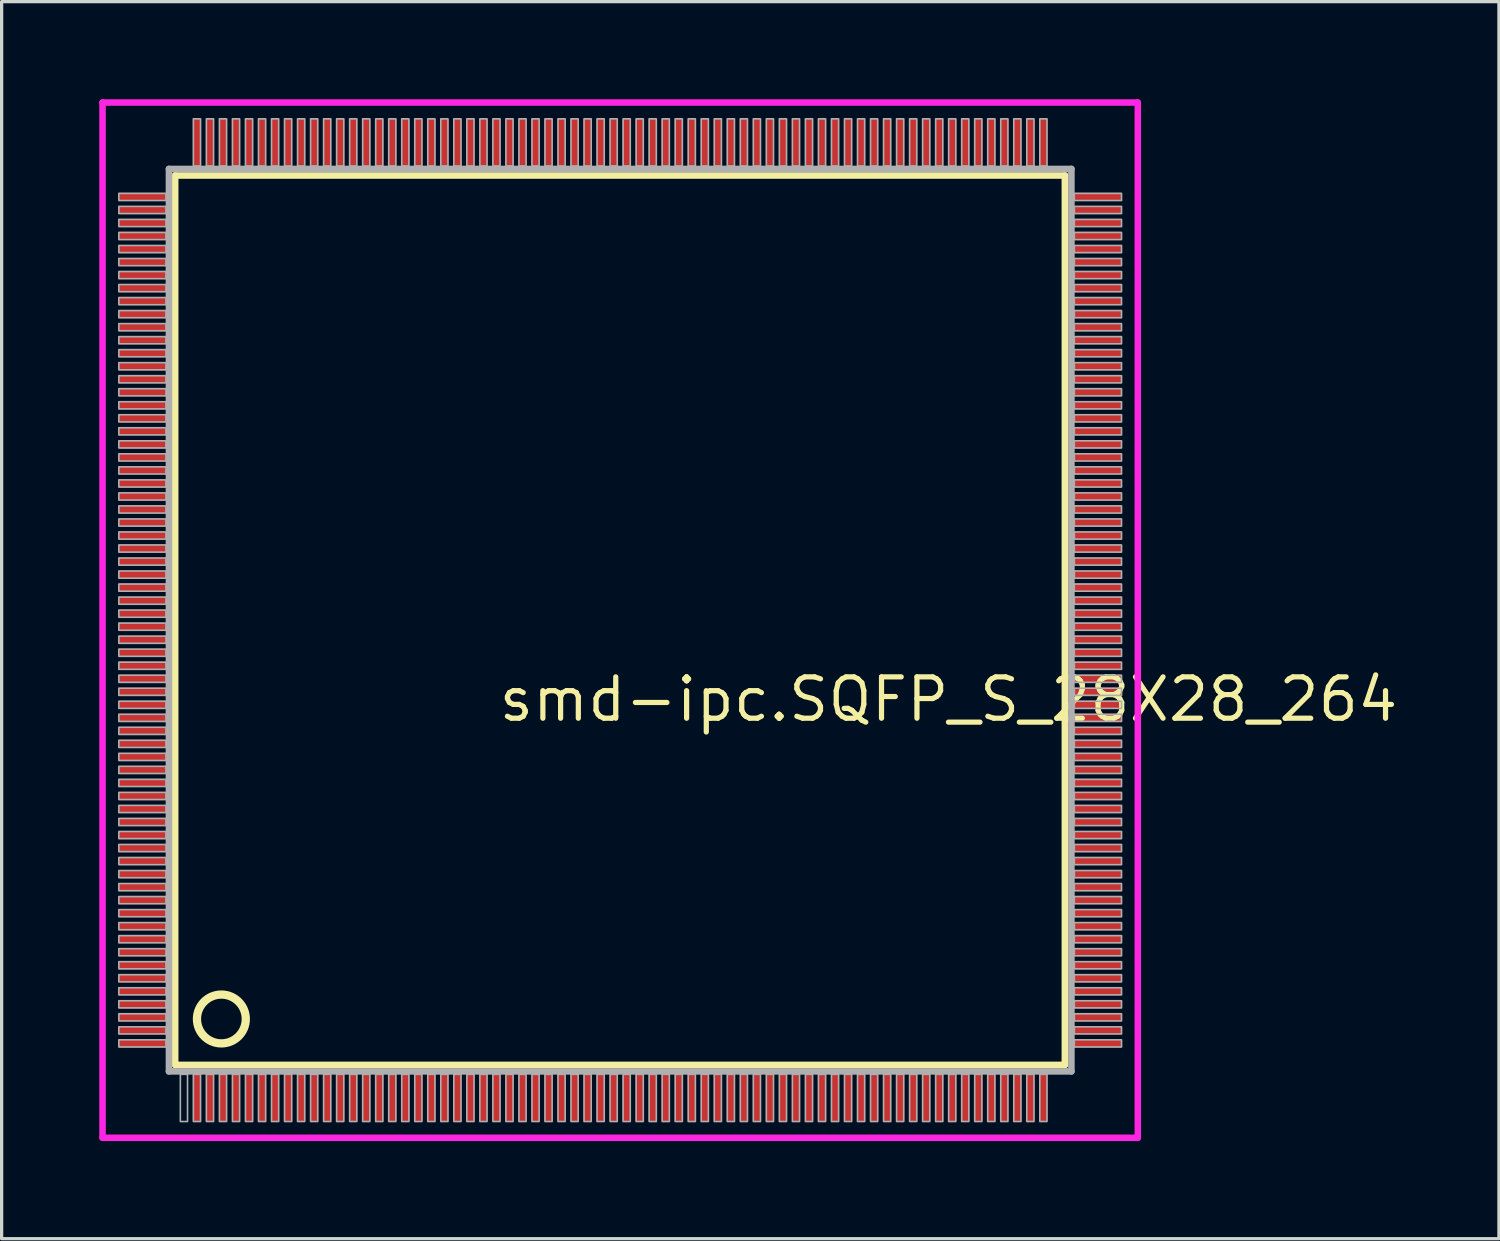
<source format=kicad_pcb>
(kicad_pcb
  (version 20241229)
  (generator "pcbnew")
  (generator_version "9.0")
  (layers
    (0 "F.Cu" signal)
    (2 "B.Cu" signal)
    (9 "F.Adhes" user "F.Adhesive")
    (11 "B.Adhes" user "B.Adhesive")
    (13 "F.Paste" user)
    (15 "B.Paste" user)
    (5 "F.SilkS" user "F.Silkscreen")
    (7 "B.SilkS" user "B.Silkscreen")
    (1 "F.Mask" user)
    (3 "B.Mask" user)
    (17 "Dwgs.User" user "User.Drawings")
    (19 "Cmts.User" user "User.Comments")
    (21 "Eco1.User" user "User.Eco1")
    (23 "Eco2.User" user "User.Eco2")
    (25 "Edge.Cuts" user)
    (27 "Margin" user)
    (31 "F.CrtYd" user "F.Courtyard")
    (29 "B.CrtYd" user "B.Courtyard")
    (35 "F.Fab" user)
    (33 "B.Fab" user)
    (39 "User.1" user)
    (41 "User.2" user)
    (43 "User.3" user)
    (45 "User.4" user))
  (footprint "smd-ipc.SQFP_S_28X28_264"
    (layer "F.Cu")
    (at 16 16)
    (property "Reference" "smd-ipc.SQFP_S_28X28_264" (at -3.81 3.175 0) (layer "F.SilkS") (effects (font (size 1.27 1.27) (thickness 0.16)) (justify left bottom)))
    (attr smd)
    (fp_line (start -13.67 -13.66) (end 13.66 -13.66) (stroke (width 0.203) (type default)) (layer "F.SilkS"))
    (fp_line (start -13.67 13.66) (end -13.67 -13.66) (stroke (width 0.203) (type default)) (layer "F.SilkS"))
    (fp_line (start 13.66 -13.66) (end 13.66 13.66) (stroke (width 0.203) (type default)) (layer "F.SilkS"))
    (fp_line (start 13.66 13.66) (end -13.67 13.66) (stroke (width 0.203) (type default)) (layer "F.SilkS"))
    (fp_circle (center -12.25 12.25) (end -11.5 12.25) (stroke (width 0.254) (type default)) (fill no) (layer "F.SilkS"))
    (fp_line (start -15.9 -15.9) (end 15.9 -15.9) (stroke (width 0.2) (type default)) (layer "F.CrtYd"))
    (fp_line (start -15.9 15.9) (end -15.9 -15.9) (stroke (width 0.2) (type default)) (layer "F.CrtYd"))
    (fp_line (start 15.9 -15.9) (end 15.9 15.9) (stroke (width 0.2) (type default)) (layer "F.CrtYd"))
    (fp_line (start 15.9 15.9) (end -15.9 15.9) (stroke (width 0.2) (type default)) (layer "F.CrtYd"))
    (fp_line (start -13.86 -13.86) (end -13.86 13.86) (stroke (width 0.203) (type default)) (layer "F.Fab"))
    (fp_line (start -13.86 13.86) (end 13.86 13.86) (stroke (width 0.203) (type default)) (layer "F.Fab"))
    (fp_line (start 13.86 -13.86) (end -13.86 -13.86) (stroke (width 0.203) (type default)) (layer "F.Fab"))
    (fp_line (start 13.86 13.86) (end 13.86 -13.86) (stroke (width 0.203) (type default)) (layer "F.Fab"))
    (fp_rect (start -15.4 -12.89) (end -13.95 -13.11) (stroke (width 0.05) (type default)) (fill no) (layer "F.Fab"))
    (fp_rect (start -15.4 -12.49) (end -13.95 -12.71) (stroke (width 0.05) (type default)) (fill no) (layer "F.Fab"))
    (fp_rect (start -15.4 -12.09) (end -13.95 -12.31) (stroke (width 0.05) (type default)) (fill no) (layer "F.Fab"))
    (fp_rect (start -15.4 -11.69) (end -13.95 -11.91) (stroke (width 0.05) (type default)) (fill no) (layer "F.Fab"))
    (fp_rect (start -15.4 -11.29) (end -13.95 -11.51) (stroke (width 0.05) (type default)) (fill no) (layer "F.Fab"))
    (fp_rect (start -15.4 -10.89) (end -13.95 -11.11) (stroke (width 0.05) (type default)) (fill no) (layer "F.Fab"))
    (fp_rect (start -15.4 -10.49) (end -13.95 -10.71) (stroke (width 0.05) (type default)) (fill no) (layer "F.Fab"))
    (fp_rect (start -15.4 -10.09) (end -13.95 -10.31) (stroke (width 0.05) (type default)) (fill no) (layer "F.Fab"))
    (fp_rect (start -15.4 -9.69) (end -13.95 -9.91) (stroke (width 0.05) (type default)) (fill no) (layer "F.Fab"))
    (fp_rect (start -15.4 -9.29) (end -13.95 -9.51) (stroke (width 0.05) (type default)) (fill no) (layer "F.Fab"))
    (fp_rect (start -15.4 -8.89) (end -13.95 -9.11) (stroke (width 0.05) (type default)) (fill no) (layer "F.Fab"))
    (fp_rect (start -15.4 -8.49) (end -13.95 -8.71) (stroke (width 0.05) (type default)) (fill no) (layer "F.Fab"))
    (fp_rect (start -15.4 -8.09) (end -13.95 -8.31) (stroke (width 0.05) (type default)) (fill no) (layer "F.Fab"))
    (fp_rect (start -15.4 -7.69) (end -13.95 -7.91) (stroke (width 0.05) (type default)) (fill no) (layer "F.Fab"))
    (fp_rect (start -15.4 -7.29) (end -13.95 -7.51) (stroke (width 0.05) (type default)) (fill no) (layer "F.Fab"))
    (fp_rect (start -15.4 -6.89) (end -13.95 -7.11) (stroke (width 0.05) (type default)) (fill no) (layer "F.Fab"))
    (fp_rect (start -15.4 -6.49) (end -13.95 -6.71) (stroke (width 0.05) (type default)) (fill no) (layer "F.Fab"))
    (fp_rect (start -15.4 -6.09) (end -13.95 -6.31) (stroke (width 0.05) (type default)) (fill no) (layer "F.Fab"))
    (fp_rect (start -15.4 -5.69) (end -13.95 -5.91) (stroke (width 0.05) (type default)) (fill no) (layer "F.Fab"))
    (fp_rect (start -15.4 -5.29) (end -13.95 -5.51) (stroke (width 0.05) (type default)) (fill no) (layer "F.Fab"))
    (fp_rect (start -15.4 -4.89) (end -13.95 -5.11) (stroke (width 0.05) (type default)) (fill no) (layer "F.Fab"))
    (fp_rect (start -15.4 -4.49) (end -13.95 -4.71) (stroke (width 0.05) (type default)) (fill no) (layer "F.Fab"))
    (fp_rect (start -15.4 -4.09) (end -13.95 -4.31) (stroke (width 0.05) (type default)) (fill no) (layer "F.Fab"))
    (fp_rect (start -15.4 -3.69) (end -13.95 -3.91) (stroke (width 0.05) (type default)) (fill no) (layer "F.Fab"))
    (fp_rect (start -15.4 -3.29) (end -13.95 -3.51) (stroke (width 0.05) (type default)) (fill no) (layer "F.Fab"))
    (fp_rect (start -15.4 -2.89) (end -13.95 -3.11) (stroke (width 0.05) (type default)) (fill no) (layer "F.Fab"))
    (fp_rect (start -15.4 -2.49) (end -13.95 -2.71) (stroke (width 0.05) (type default)) (fill no) (layer "F.Fab"))
    (fp_rect (start -15.4 -2.09) (end -13.95 -2.31) (stroke (width 0.05) (type default)) (fill no) (layer "F.Fab"))
    (fp_rect (start -15.4 -1.69) (end -13.95 -1.91) (stroke (width 0.05) (type default)) (fill no) (layer "F.Fab"))
    (fp_rect (start -15.4 -1.29) (end -13.95 -1.51) (stroke (width 0.05) (type default)) (fill no) (layer "F.Fab"))
    (fp_rect (start -15.4 -0.89) (end -13.95 -1.11) (stroke (width 0.05) (type default)) (fill no) (layer "F.Fab"))
    (fp_rect (start -15.4 -0.49) (end -13.95 -0.71) (stroke (width 0.05) (type default)) (fill no) (layer "F.Fab"))
    (fp_rect (start -15.4 -0.09) (end -13.95 -0.31) (stroke (width 0.05) (type default)) (fill no) (layer "F.Fab"))
    (fp_rect (start -15.4 0.31) (end -13.95 0.09) (stroke (width 0.05) (type default)) (fill no) (layer "F.Fab"))
    (fp_rect (start -15.4 0.71) (end -13.95 0.49) (stroke (width 0.05) (type default)) (fill no) (layer "F.Fab"))
    (fp_rect (start -15.4 1.11) (end -13.95 0.89) (stroke (width 0.05) (type default)) (fill no) (layer "F.Fab"))
    (fp_rect (start -15.4 1.51) (end -13.95 1.29) (stroke (width 0.05) (type default)) (fill no) (layer "F.Fab"))
    (fp_rect (start -15.4 1.91) (end -13.95 1.69) (stroke (width 0.05) (type default)) (fill no) (layer "F.Fab"))
    (fp_rect (start -15.4 2.31) (end -13.95 2.09) (stroke (width 0.05) (type default)) (fill no) (layer "F.Fab"))
    (fp_rect (start -15.4 2.71) (end -13.95 2.49) (stroke (width 0.05) (type default)) (fill no) (layer "F.Fab"))
    (fp_rect (start -15.4 3.11) (end -13.95 2.89) (stroke (width 0.05) (type default)) (fill no) (layer "F.Fab"))
    (fp_rect (start -15.4 3.51) (end -13.95 3.29) (stroke (width 0.05) (type default)) (fill no) (layer "F.Fab"))
    (fp_rect (start -15.4 3.91) (end -13.95 3.69) (stroke (width 0.05) (type default)) (fill no) (layer "F.Fab"))
    (fp_rect (start -15.4 4.31) (end -13.95 4.09) (stroke (width 0.05) (type default)) (fill no) (layer "F.Fab"))
    (fp_rect (start -15.4 4.71) (end -13.95 4.49) (stroke (width 0.05) (type default)) (fill no) (layer "F.Fab"))
    (fp_rect (start -15.4 5.11) (end -13.95 4.89) (stroke (width 0.05) (type default)) (fill no) (layer "F.Fab"))
    (fp_rect (start -15.4 5.51) (end -13.95 5.29) (stroke (width 0.05) (type default)) (fill no) (layer "F.Fab"))
    (fp_rect (start -15.4 5.91) (end -13.95 5.69) (stroke (width 0.05) (type default)) (fill no) (layer "F.Fab"))
    (fp_rect (start -15.4 6.31) (end -13.95 6.09) (stroke (width 0.05) (type default)) (fill no) (layer "F.Fab"))
    (fp_rect (start -15.4 6.71) (end -13.95 6.49) (stroke (width 0.05) (type default)) (fill no) (layer "F.Fab"))
    (fp_rect (start -15.4 7.11) (end -13.95 6.89) (stroke (width 0.05) (type default)) (fill no) (layer "F.Fab"))
    (fp_rect (start -15.4 7.51) (end -13.95 7.29) (stroke (width 0.05) (type default)) (fill no) (layer "F.Fab"))
    (fp_rect (start -15.4 7.91) (end -13.95 7.69) (stroke (width 0.05) (type default)) (fill no) (layer "F.Fab"))
    (fp_rect (start -15.4 8.31) (end -13.95 8.09) (stroke (width 0.05) (type default)) (fill no) (layer "F.Fab"))
    (fp_rect (start -15.4 8.71) (end -13.95 8.49) (stroke (width 0.05) (type default)) (fill no) (layer "F.Fab"))
    (fp_rect (start -15.4 9.11) (end -13.95 8.89) (stroke (width 0.05) (type default)) (fill no) (layer "F.Fab"))
    (fp_rect (start -15.4 9.51) (end -13.95 9.29) (stroke (width 0.05) (type default)) (fill no) (layer "F.Fab"))
    (fp_rect (start -15.4 9.91) (end -13.95 9.69) (stroke (width 0.05) (type default)) (fill no) (layer "F.Fab"))
    (fp_rect (start -15.4 10.31) (end -13.95 10.09) (stroke (width 0.05) (type default)) (fill no) (layer "F.Fab"))
    (fp_rect (start -15.4 10.71) (end -13.95 10.49) (stroke (width 0.05) (type default)) (fill no) (layer "F.Fab"))
    (fp_rect (start -15.4 11.11) (end -13.95 10.89) (stroke (width 0.05) (type default)) (fill no) (layer "F.Fab"))
    (fp_rect (start -15.4 11.51) (end -13.95 11.29) (stroke (width 0.05) (type default)) (fill no) (layer "F.Fab"))
    (fp_rect (start -15.4 11.91) (end -13.95 11.69) (stroke (width 0.05) (type default)) (fill no) (layer "F.Fab"))
    (fp_rect (start -15.4 12.31) (end -13.95 12.09) (stroke (width 0.05) (type default)) (fill no) (layer "F.Fab"))
    (fp_rect (start -15.4 12.71) (end -13.95 12.49) (stroke (width 0.05) (type default)) (fill no) (layer "F.Fab"))
    (fp_rect (start -15.4 13.11) (end -13.95 12.89) (stroke (width 0.05) (type default)) (fill no) (layer "F.Fab"))
    (fp_rect (start -13.51 15.4) (end -13.29 13.95) (stroke (width 0.05) (type default)) (fill no) (layer "F.Fab"))
    (fp_rect (start -13.11 -13.95) (end -12.89 -15.4) (stroke (width 0.05) (type default)) (fill no) (layer "F.Fab"))
    (fp_rect (start -13.11 15.4) (end -12.89 13.95) (stroke (width 0.05) (type default)) (fill no) (layer "F.Fab"))
    (fp_rect (start -12.71 -13.95) (end -12.49 -15.4) (stroke (width 0.05) (type default)) (fill no) (layer "F.Fab"))
    (fp_rect (start -12.71 15.4) (end -12.49 13.95) (stroke (width 0.05) (type default)) (fill no) (layer "F.Fab"))
    (fp_rect (start -12.31 -13.95) (end -12.09 -15.4) (stroke (width 0.05) (type default)) (fill no) (layer "F.Fab"))
    (fp_rect (start -12.31 15.4) (end -12.09 13.95) (stroke (width 0.05) (type default)) (fill no) (layer "F.Fab"))
    (fp_rect (start -11.91 -13.95) (end -11.69 -15.4) (stroke (width 0.05) (type default)) (fill no) (layer "F.Fab"))
    (fp_rect (start -11.91 15.4) (end -11.69 13.95) (stroke (width 0.05) (type default)) (fill no) (layer "F.Fab"))
    (fp_rect (start -11.51 -13.95) (end -11.29 -15.4) (stroke (width 0.05) (type default)) (fill no) (layer "F.Fab"))
    (fp_rect (start -11.51 15.4) (end -11.29 13.95) (stroke (width 0.05) (type default)) (fill no) (layer "F.Fab"))
    (fp_rect (start -11.11 -13.95) (end -10.89 -15.4) (stroke (width 0.05) (type default)) (fill no) (layer "F.Fab"))
    (fp_rect (start -11.11 15.4) (end -10.89 13.95) (stroke (width 0.05) (type default)) (fill no) (layer "F.Fab"))
    (fp_rect (start -10.71 -13.95) (end -10.49 -15.4) (stroke (width 0.05) (type default)) (fill no) (layer "F.Fab"))
    (fp_rect (start -10.71 15.4) (end -10.49 13.95) (stroke (width 0.05) (type default)) (fill no) (layer "F.Fab"))
    (fp_rect (start -10.31 -13.95) (end -10.09 -15.4) (stroke (width 0.05) (type default)) (fill no) (layer "F.Fab"))
    (fp_rect (start -10.31 15.4) (end -10.09 13.95) (stroke (width 0.05) (type default)) (fill no) (layer "F.Fab"))
    (fp_rect (start -9.91 -13.95) (end -9.69 -15.4) (stroke (width 0.05) (type default)) (fill no) (layer "F.Fab"))
    (fp_rect (start -9.91 15.4) (end -9.69 13.95) (stroke (width 0.05) (type default)) (fill no) (layer "F.Fab"))
    (fp_rect (start -9.51 -13.95) (end -9.29 -15.4) (stroke (width 0.05) (type default)) (fill no) (layer "F.Fab"))
    (fp_rect (start -9.51 15.4) (end -9.29 13.95) (stroke (width 0.05) (type default)) (fill no) (layer "F.Fab"))
    (fp_rect (start -9.11 -13.95) (end -8.89 -15.4) (stroke (width 0.05) (type default)) (fill no) (layer "F.Fab"))
    (fp_rect (start -9.11 15.4) (end -8.89 13.95) (stroke (width 0.05) (type default)) (fill no) (layer "F.Fab"))
    (fp_rect (start -8.71 -13.95) (end -8.49 -15.4) (stroke (width 0.05) (type default)) (fill no) (layer "F.Fab"))
    (fp_rect (start -8.71 15.4) (end -8.49 13.95) (stroke (width 0.05) (type default)) (fill no) (layer "F.Fab"))
    (fp_rect (start -8.31 -13.95) (end -8.09 -15.4) (stroke (width 0.05) (type default)) (fill no) (layer "F.Fab"))
    (fp_rect (start -8.31 15.4) (end -8.09 13.95) (stroke (width 0.05) (type default)) (fill no) (layer "F.Fab"))
    (fp_rect (start -7.91 -13.95) (end -7.69 -15.4) (stroke (width 0.05) (type default)) (fill no) (layer "F.Fab"))
    (fp_rect (start -7.91 15.4) (end -7.69 13.95) (stroke (width 0.05) (type default)) (fill no) (layer "F.Fab"))
    (fp_rect (start -7.51 -13.95) (end -7.29 -15.4) (stroke (width 0.05) (type default)) (fill no) (layer "F.Fab"))
    (fp_rect (start -7.51 15.4) (end -7.29 13.95) (stroke (width 0.05) (type default)) (fill no) (layer "F.Fab"))
    (fp_rect (start -7.11 -13.95) (end -6.89 -15.4) (stroke (width 0.05) (type default)) (fill no) (layer "F.Fab"))
    (fp_rect (start -7.11 15.4) (end -6.89 13.95) (stroke (width 0.05) (type default)) (fill no) (layer "F.Fab"))
    (fp_rect (start -6.71 -13.95) (end -6.49 -15.4) (stroke (width 0.05) (type default)) (fill no) (layer "F.Fab"))
    (fp_rect (start -6.71 15.4) (end -6.49 13.95) (stroke (width 0.05) (type default)) (fill no) (layer "F.Fab"))
    (fp_rect (start -6.31 -13.95) (end -6.09 -15.4) (stroke (width 0.05) (type default)) (fill no) (layer "F.Fab"))
    (fp_rect (start -6.31 15.4) (end -6.09 13.95) (stroke (width 0.05) (type default)) (fill no) (layer "F.Fab"))
    (fp_rect (start -5.91 -13.95) (end -5.69 -15.4) (stroke (width 0.05) (type default)) (fill no) (layer "F.Fab"))
    (fp_rect (start -5.91 15.4) (end -5.69 13.95) (stroke (width 0.05) (type default)) (fill no) (layer "F.Fab"))
    (fp_rect (start -5.51 -13.95) (end -5.29 -15.4) (stroke (width 0.05) (type default)) (fill no) (layer "F.Fab"))
    (fp_rect (start -5.51 15.4) (end -5.29 13.95) (stroke (width 0.05) (type default)) (fill no) (layer "F.Fab"))
    (fp_rect (start -5.11 -13.95) (end -4.89 -15.4) (stroke (width 0.05) (type default)) (fill no) (layer "F.Fab"))
    (fp_rect (start -5.11 15.4) (end -4.89 13.95) (stroke (width 0.05) (type default)) (fill no) (layer "F.Fab"))
    (fp_rect (start -4.71 -13.95) (end -4.49 -15.4) (stroke (width 0.05) (type default)) (fill no) (layer "F.Fab"))
    (fp_rect (start -4.71 15.4) (end -4.49 13.95) (stroke (width 0.05) (type default)) (fill no) (layer "F.Fab"))
    (fp_rect (start -4.31 -13.95) (end -4.09 -15.4) (stroke (width 0.05) (type default)) (fill no) (layer "F.Fab"))
    (fp_rect (start -4.31 15.4) (end -4.09 13.95) (stroke (width 0.05) (type default)) (fill no) (layer "F.Fab"))
    (fp_rect (start -3.91 -13.95) (end -3.69 -15.4) (stroke (width 0.05) (type default)) (fill no) (layer "F.Fab"))
    (fp_rect (start -3.91 15.4) (end -3.69 13.95) (stroke (width 0.05) (type default)) (fill no) (layer "F.Fab"))
    (fp_rect (start -3.51 -13.95) (end -3.29 -15.4) (stroke (width 0.05) (type default)) (fill no) (layer "F.Fab"))
    (fp_rect (start -3.51 15.4) (end -3.29 13.95) (stroke (width 0.05) (type default)) (fill no) (layer "F.Fab"))
    (fp_rect (start -3.11 -13.95) (end -2.89 -15.4) (stroke (width 0.05) (type default)) (fill no) (layer "F.Fab"))
    (fp_rect (start -3.11 15.4) (end -2.89 13.95) (stroke (width 0.05) (type default)) (fill no) (layer "F.Fab"))
    (fp_rect (start -2.71 -13.95) (end -2.49 -15.4) (stroke (width 0.05) (type default)) (fill no) (layer "F.Fab"))
    (fp_rect (start -2.71 15.4) (end -2.49 13.95) (stroke (width 0.05) (type default)) (fill no) (layer "F.Fab"))
    (fp_rect (start -2.31 -13.95) (end -2.09 -15.4) (stroke (width 0.05) (type default)) (fill no) (layer "F.Fab"))
    (fp_rect (start -2.31 15.4) (end -2.09 13.95) (stroke (width 0.05) (type default)) (fill no) (layer "F.Fab"))
    (fp_rect (start -1.91 -13.95) (end -1.69 -15.4) (stroke (width 0.05) (type default)) (fill no) (layer "F.Fab"))
    (fp_rect (start -1.91 15.4) (end -1.69 13.95) (stroke (width 0.05) (type default)) (fill no) (layer "F.Fab"))
    (fp_rect (start -1.51 -13.95) (end -1.29 -15.4) (stroke (width 0.05) (type default)) (fill no) (layer "F.Fab"))
    (fp_rect (start -1.51 15.4) (end -1.29 13.95) (stroke (width 0.05) (type default)) (fill no) (layer "F.Fab"))
    (fp_rect (start -1.11 -13.95) (end -0.89 -15.4) (stroke (width 0.05) (type default)) (fill no) (layer "F.Fab"))
    (fp_rect (start -1.11 15.4) (end -0.89 13.95) (stroke (width 0.05) (type default)) (fill no) (layer "F.Fab"))
    (fp_rect (start -0.71 -13.95) (end -0.49 -15.4) (stroke (width 0.05) (type default)) (fill no) (layer "F.Fab"))
    (fp_rect (start -0.71 15.4) (end -0.49 13.95) (stroke (width 0.05) (type default)) (fill no) (layer "F.Fab"))
    (fp_rect (start -0.31 -13.95) (end -0.09 -15.4) (stroke (width 0.05) (type default)) (fill no) (layer "F.Fab"))
    (fp_rect (start -0.31 15.4) (end -0.09 13.95) (stroke (width 0.05) (type default)) (fill no) (layer "F.Fab"))
    (fp_rect (start 0.09 -13.95) (end 0.31 -15.4) (stroke (width 0.05) (type default)) (fill no) (layer "F.Fab"))
    (fp_rect (start 0.09 15.4) (end 0.31 13.95) (stroke (width 0.05) (type default)) (fill no) (layer "F.Fab"))
    (fp_rect (start 0.49 -13.95) (end 0.71 -15.4) (stroke (width 0.05) (type default)) (fill no) (layer "F.Fab"))
    (fp_rect (start 0.49 15.4) (end 0.71 13.95) (stroke (width 0.05) (type default)) (fill no) (layer "F.Fab"))
    (fp_rect (start 0.89 -13.95) (end 1.11 -15.4) (stroke (width 0.05) (type default)) (fill no) (layer "F.Fab"))
    (fp_rect (start 0.89 15.4) (end 1.11 13.95) (stroke (width 0.05) (type default)) (fill no) (layer "F.Fab"))
    (fp_rect (start 1.29 -13.95) (end 1.51 -15.4) (stroke (width 0.05) (type default)) (fill no) (layer "F.Fab"))
    (fp_rect (start 1.29 15.4) (end 1.51 13.95) (stroke (width 0.05) (type default)) (fill no) (layer "F.Fab"))
    (fp_rect (start 1.69 -13.95) (end 1.91 -15.4) (stroke (width 0.05) (type default)) (fill no) (layer "F.Fab"))
    (fp_rect (start 1.69 15.4) (end 1.91 13.95) (stroke (width 0.05) (type default)) (fill no) (layer "F.Fab"))
    (fp_rect (start 2.09 -13.95) (end 2.31 -15.4) (stroke (width 0.05) (type default)) (fill no) (layer "F.Fab"))
    (fp_rect (start 2.09 15.4) (end 2.31 13.95) (stroke (width 0.05) (type default)) (fill no) (layer "F.Fab"))
    (fp_rect (start 2.49 -13.95) (end 2.71 -15.4) (stroke (width 0.05) (type default)) (fill no) (layer "F.Fab"))
    (fp_rect (start 2.49 15.4) (end 2.71 13.95) (stroke (width 0.05) (type default)) (fill no) (layer "F.Fab"))
    (fp_rect (start 2.89 -13.95) (end 3.11 -15.4) (stroke (width 0.05) (type default)) (fill no) (layer "F.Fab"))
    (fp_rect (start 2.89 15.4) (end 3.11 13.95) (stroke (width 0.05) (type default)) (fill no) (layer "F.Fab"))
    (fp_rect (start 3.29 -13.95) (end 3.51 -15.4) (stroke (width 0.05) (type default)) (fill no) (layer "F.Fab"))
    (fp_rect (start 3.29 15.4) (end 3.51 13.95) (stroke (width 0.05) (type default)) (fill no) (layer "F.Fab"))
    (fp_rect (start 3.69 -13.95) (end 3.91 -15.4) (stroke (width 0.05) (type default)) (fill no) (layer "F.Fab"))
    (fp_rect (start 3.69 15.4) (end 3.91 13.95) (stroke (width 0.05) (type default)) (fill no) (layer "F.Fab"))
    (fp_rect (start 4.09 -13.95) (end 4.31 -15.4) (stroke (width 0.05) (type default)) (fill no) (layer "F.Fab"))
    (fp_rect (start 4.09 15.4) (end 4.31 13.95) (stroke (width 0.05) (type default)) (fill no) (layer "F.Fab"))
    (fp_rect (start 4.49 -13.95) (end 4.71 -15.4) (stroke (width 0.05) (type default)) (fill no) (layer "F.Fab"))
    (fp_rect (start 4.49 15.4) (end 4.71 13.95) (stroke (width 0.05) (type default)) (fill no) (layer "F.Fab"))
    (fp_rect (start 4.89 -13.95) (end 5.11 -15.4) (stroke (width 0.05) (type default)) (fill no) (layer "F.Fab"))
    (fp_rect (start 4.89 15.4) (end 5.11 13.95) (stroke (width 0.05) (type default)) (fill no) (layer "F.Fab"))
    (fp_rect (start 5.29 -13.95) (end 5.51 -15.4) (stroke (width 0.05) (type default)) (fill no) (layer "F.Fab"))
    (fp_rect (start 5.29 15.4) (end 5.51 13.95) (stroke (width 0.05) (type default)) (fill no) (layer "F.Fab"))
    (fp_rect (start 5.69 -13.95) (end 5.91 -15.4) (stroke (width 0.05) (type default)) (fill no) (layer "F.Fab"))
    (fp_rect (start 5.69 15.4) (end 5.91 13.95) (stroke (width 0.05) (type default)) (fill no) (layer "F.Fab"))
    (fp_rect (start 6.09 -13.95) (end 6.31 -15.4) (stroke (width 0.05) (type default)) (fill no) (layer "F.Fab"))
    (fp_rect (start 6.09 15.4) (end 6.31 13.95) (stroke (width 0.05) (type default)) (fill no) (layer "F.Fab"))
    (fp_rect (start 6.49 -13.95) (end 6.71 -15.4) (stroke (width 0.05) (type default)) (fill no) (layer "F.Fab"))
    (fp_rect (start 6.49 15.4) (end 6.71 13.95) (stroke (width 0.05) (type default)) (fill no) (layer "F.Fab"))
    (fp_rect (start 6.89 -13.95) (end 7.11 -15.4) (stroke (width 0.05) (type default)) (fill no) (layer "F.Fab"))
    (fp_rect (start 6.89 15.4) (end 7.11 13.95) (stroke (width 0.05) (type default)) (fill no) (layer "F.Fab"))
    (fp_rect (start 7.29 -13.95) (end 7.51 -15.4) (stroke (width 0.05) (type default)) (fill no) (layer "F.Fab"))
    (fp_rect (start 7.29 15.4) (end 7.51 13.95) (stroke (width 0.05) (type default)) (fill no) (layer "F.Fab"))
    (fp_rect (start 7.69 -13.95) (end 7.91 -15.4) (stroke (width 0.05) (type default)) (fill no) (layer "F.Fab"))
    (fp_rect (start 7.69 15.4) (end 7.91 13.95) (stroke (width 0.05) (type default)) (fill no) (layer "F.Fab"))
    (fp_rect (start 8.09 -13.95) (end 8.31 -15.4) (stroke (width 0.05) (type default)) (fill no) (layer "F.Fab"))
    (fp_rect (start 8.09 15.4) (end 8.31 13.95) (stroke (width 0.05) (type default)) (fill no) (layer "F.Fab"))
    (fp_rect (start 8.49 -13.95) (end 8.71 -15.4) (stroke (width 0.05) (type default)) (fill no) (layer "F.Fab"))
    (fp_rect (start 8.49 15.4) (end 8.71 13.95) (stroke (width 0.05) (type default)) (fill no) (layer "F.Fab"))
    (fp_rect (start 8.89 -13.95) (end 9.11 -15.4) (stroke (width 0.05) (type default)) (fill no) (layer "F.Fab"))
    (fp_rect (start 8.89 15.4) (end 9.11 13.95) (stroke (width 0.05) (type default)) (fill no) (layer "F.Fab"))
    (fp_rect (start 9.29 -13.95) (end 9.51 -15.4) (stroke (width 0.05) (type default)) (fill no) (layer "F.Fab"))
    (fp_rect (start 9.29 15.4) (end 9.51 13.95) (stroke (width 0.05) (type default)) (fill no) (layer "F.Fab"))
    (fp_rect (start 9.69 -13.95) (end 9.91 -15.4) (stroke (width 0.05) (type default)) (fill no) (layer "F.Fab"))
    (fp_rect (start 9.69 15.4) (end 9.91 13.95) (stroke (width 0.05) (type default)) (fill no) (layer "F.Fab"))
    (fp_rect (start 10.09 -13.95) (end 10.31 -15.4) (stroke (width 0.05) (type default)) (fill no) (layer "F.Fab"))
    (fp_rect (start 10.09 15.4) (end 10.31 13.95) (stroke (width 0.05) (type default)) (fill no) (layer "F.Fab"))
    (fp_rect (start 10.49 -13.95) (end 10.71 -15.4) (stroke (width 0.05) (type default)) (fill no) (layer "F.Fab"))
    (fp_rect (start 10.49 15.4) (end 10.71 13.95) (stroke (width 0.05) (type default)) (fill no) (layer "F.Fab"))
    (fp_rect (start 10.89 -13.95) (end 11.11 -15.4) (stroke (width 0.05) (type default)) (fill no) (layer "F.Fab"))
    (fp_rect (start 10.89 15.4) (end 11.11 13.95) (stroke (width 0.05) (type default)) (fill no) (layer "F.Fab"))
    (fp_rect (start 11.29 -13.95) (end 11.51 -15.4) (stroke (width 0.05) (type default)) (fill no) (layer "F.Fab"))
    (fp_rect (start 11.29 15.4) (end 11.51 13.95) (stroke (width 0.05) (type default)) (fill no) (layer "F.Fab"))
    (fp_rect (start 11.69 -13.95) (end 11.91 -15.4) (stroke (width 0.05) (type default)) (fill no) (layer "F.Fab"))
    (fp_rect (start 11.69 15.4) (end 11.91 13.95) (stroke (width 0.05) (type default)) (fill no) (layer "F.Fab"))
    (fp_rect (start 12.09 -13.95) (end 12.31 -15.4) (stroke (width 0.05) (type default)) (fill no) (layer "F.Fab"))
    (fp_rect (start 12.09 15.4) (end 12.31 13.95) (stroke (width 0.05) (type default)) (fill no) (layer "F.Fab"))
    (fp_rect (start 12.49 -13.95) (end 12.71 -15.4) (stroke (width 0.05) (type default)) (fill no) (layer "F.Fab"))
    (fp_rect (start 12.49 15.4) (end 12.71 13.95) (stroke (width 0.05) (type default)) (fill no) (layer "F.Fab"))
    (fp_rect (start 12.89 -13.95) (end 13.11 -15.4) (stroke (width 0.05) (type default)) (fill no) (layer "F.Fab"))
    (fp_rect (start 12.89 15.4) (end 13.11 13.95) (stroke (width 0.05) (type default)) (fill no) (layer "F.Fab"))
    (fp_rect (start 13.95 -12.89) (end 15.4 -13.11) (stroke (width 0.05) (type default)) (fill no) (layer "F.Fab"))
    (fp_rect (start 13.95 -12.49) (end 15.4 -12.71) (stroke (width 0.05) (type default)) (fill no) (layer "F.Fab"))
    (fp_rect (start 13.95 -12.09) (end 15.4 -12.31) (stroke (width 0.05) (type default)) (fill no) (layer "F.Fab"))
    (fp_rect (start 13.95 -11.69) (end 15.4 -11.91) (stroke (width 0.05) (type default)) (fill no) (layer "F.Fab"))
    (fp_rect (start 13.95 -11.29) (end 15.4 -11.51) (stroke (width 0.05) (type default)) (fill no) (layer "F.Fab"))
    (fp_rect (start 13.95 -10.89) (end 15.4 -11.11) (stroke (width 0.05) (type default)) (fill no) (layer "F.Fab"))
    (fp_rect (start 13.95 -10.49) (end 15.4 -10.71) (stroke (width 0.05) (type default)) (fill no) (layer "F.Fab"))
    (fp_rect (start 13.95 -10.09) (end 15.4 -10.31) (stroke (width 0.05) (type default)) (fill no) (layer "F.Fab"))
    (fp_rect (start 13.95 -9.69) (end 15.4 -9.91) (stroke (width 0.05) (type default)) (fill no) (layer "F.Fab"))
    (fp_rect (start 13.95 -9.29) (end 15.4 -9.51) (stroke (width 0.05) (type default)) (fill no) (layer "F.Fab"))
    (fp_rect (start 13.95 -8.89) (end 15.4 -9.11) (stroke (width 0.05) (type default)) (fill no) (layer "F.Fab"))
    (fp_rect (start 13.95 -8.49) (end 15.4 -8.71) (stroke (width 0.05) (type default)) (fill no) (layer "F.Fab"))
    (fp_rect (start 13.95 -8.09) (end 15.4 -8.31) (stroke (width 0.05) (type default)) (fill no) (layer "F.Fab"))
    (fp_rect (start 13.95 -7.69) (end 15.4 -7.91) (stroke (width 0.05) (type default)) (fill no) (layer "F.Fab"))
    (fp_rect (start 13.95 -7.29) (end 15.4 -7.51) (stroke (width 0.05) (type default)) (fill no) (layer "F.Fab"))
    (fp_rect (start 13.95 -6.89) (end 15.4 -7.11) (stroke (width 0.05) (type default)) (fill no) (layer "F.Fab"))
    (fp_rect (start 13.95 -6.49) (end 15.4 -6.71) (stroke (width 0.05) (type default)) (fill no) (layer "F.Fab"))
    (fp_rect (start 13.95 -6.09) (end 15.4 -6.31) (stroke (width 0.05) (type default)) (fill no) (layer "F.Fab"))
    (fp_rect (start 13.95 -5.69) (end 15.4 -5.91) (stroke (width 0.05) (type default)) (fill no) (layer "F.Fab"))
    (fp_rect (start 13.95 -5.29) (end 15.4 -5.51) (stroke (width 0.05) (type default)) (fill no) (layer "F.Fab"))
    (fp_rect (start 13.95 -4.89) (end 15.4 -5.11) (stroke (width 0.05) (type default)) (fill no) (layer "F.Fab"))
    (fp_rect (start 13.95 -4.49) (end 15.4 -4.71) (stroke (width 0.05) (type default)) (fill no) (layer "F.Fab"))
    (fp_rect (start 13.95 -4.09) (end 15.4 -4.31) (stroke (width 0.05) (type default)) (fill no) (layer "F.Fab"))
    (fp_rect (start 13.95 -3.69) (end 15.4 -3.91) (stroke (width 0.05) (type default)) (fill no) (layer "F.Fab"))
    (fp_rect (start 13.95 -3.29) (end 15.4 -3.51) (stroke (width 0.05) (type default)) (fill no) (layer "F.Fab"))
    (fp_rect (start 13.95 -2.89) (end 15.4 -3.11) (stroke (width 0.05) (type default)) (fill no) (layer "F.Fab"))
    (fp_rect (start 13.95 -2.49) (end 15.4 -2.71) (stroke (width 0.05) (type default)) (fill no) (layer "F.Fab"))
    (fp_rect (start 13.95 -2.09) (end 15.4 -2.31) (stroke (width 0.05) (type default)) (fill no) (layer "F.Fab"))
    (fp_rect (start 13.95 -1.69) (end 15.4 -1.91) (stroke (width 0.05) (type default)) (fill no) (layer "F.Fab"))
    (fp_rect (start 13.95 -1.29) (end 15.4 -1.51) (stroke (width 0.05) (type default)) (fill no) (layer "F.Fab"))
    (fp_rect (start 13.95 -0.89) (end 15.4 -1.11) (stroke (width 0.05) (type default)) (fill no) (layer "F.Fab"))
    (fp_rect (start 13.95 -0.49) (end 15.4 -0.71) (stroke (width 0.05) (type default)) (fill no) (layer "F.Fab"))
    (fp_rect (start 13.95 -0.09) (end 15.4 -0.31) (stroke (width 0.05) (type default)) (fill no) (layer "F.Fab"))
    (fp_rect (start 13.95 0.31) (end 15.4 0.09) (stroke (width 0.05) (type default)) (fill no) (layer "F.Fab"))
    (fp_rect (start 13.95 0.71) (end 15.4 0.49) (stroke (width 0.05) (type default)) (fill no) (layer "F.Fab"))
    (fp_rect (start 13.95 1.11) (end 15.4 0.89) (stroke (width 0.05) (type default)) (fill no) (layer "F.Fab"))
    (fp_rect (start 13.95 1.51) (end 15.4 1.29) (stroke (width 0.05) (type default)) (fill no) (layer "F.Fab"))
    (fp_rect (start 13.95 1.91) (end 15.4 1.69) (stroke (width 0.05) (type default)) (fill no) (layer "F.Fab"))
    (fp_rect (start 13.95 2.31) (end 15.4 2.09) (stroke (width 0.05) (type default)) (fill no) (layer "F.Fab"))
    (fp_rect (start 13.95 2.71) (end 15.4 2.49) (stroke (width 0.05) (type default)) (fill no) (layer "F.Fab"))
    (fp_rect (start 13.95 3.11) (end 15.4 2.89) (stroke (width 0.05) (type default)) (fill no) (layer "F.Fab"))
    (fp_rect (start 13.95 3.51) (end 15.4 3.29) (stroke (width 0.05) (type default)) (fill no) (layer "F.Fab"))
    (fp_rect (start 13.95 3.91) (end 15.4 3.69) (stroke (width 0.05) (type default)) (fill no) (layer "F.Fab"))
    (fp_rect (start 13.95 4.31) (end 15.4 4.09) (stroke (width 0.05) (type default)) (fill no) (layer "F.Fab"))
    (fp_rect (start 13.95 4.71) (end 15.4 4.49) (stroke (width 0.05) (type default)) (fill no) (layer "F.Fab"))
    (fp_rect (start 13.95 5.11) (end 15.4 4.89) (stroke (width 0.05) (type default)) (fill no) (layer "F.Fab"))
    (fp_rect (start 13.95 5.51) (end 15.4 5.29) (stroke (width 0.05) (type default)) (fill no) (layer "F.Fab"))
    (fp_rect (start 13.95 5.91) (end 15.4 5.69) (stroke (width 0.05) (type default)) (fill no) (layer "F.Fab"))
    (fp_rect (start 13.95 6.31) (end 15.4 6.09) (stroke (width 0.05) (type default)) (fill no) (layer "F.Fab"))
    (fp_rect (start 13.95 6.71) (end 15.4 6.49) (stroke (width 0.05) (type default)) (fill no) (layer "F.Fab"))
    (fp_rect (start 13.95 7.11) (end 15.4 6.89) (stroke (width 0.05) (type default)) (fill no) (layer "F.Fab"))
    (fp_rect (start 13.95 7.51) (end 15.4 7.29) (stroke (width 0.05) (type default)) (fill no) (layer "F.Fab"))
    (fp_rect (start 13.95 7.91) (end 15.4 7.69) (stroke (width 0.05) (type default)) (fill no) (layer "F.Fab"))
    (fp_rect (start 13.95 8.31) (end 15.4 8.09) (stroke (width 0.05) (type default)) (fill no) (layer "F.Fab"))
    (fp_rect (start 13.95 8.71) (end 15.4 8.49) (stroke (width 0.05) (type default)) (fill no) (layer "F.Fab"))
    (fp_rect (start 13.95 9.11) (end 15.4 8.89) (stroke (width 0.05) (type default)) (fill no) (layer "F.Fab"))
    (fp_rect (start 13.95 9.51) (end 15.4 9.29) (stroke (width 0.05) (type default)) (fill no) (layer "F.Fab"))
    (fp_rect (start 13.95 9.91) (end 15.4 9.69) (stroke (width 0.05) (type default)) (fill no) (layer "F.Fab"))
    (fp_rect (start 13.95 10.31) (end 15.4 10.09) (stroke (width 0.05) (type default)) (fill no) (layer "F.Fab"))
    (fp_rect (start 13.95 10.71) (end 15.4 10.49) (stroke (width 0.05) (type default)) (fill no) (layer "F.Fab"))
    (fp_rect (start 13.95 11.11) (end 15.4 10.89) (stroke (width 0.05) (type default)) (fill no) (layer "F.Fab"))
    (fp_rect (start 13.95 11.51) (end 15.4 11.29) (stroke (width 0.05) (type default)) (fill no) (layer "F.Fab"))
    (fp_rect (start 13.95 11.91) (end 15.4 11.69) (stroke (width 0.05) (type default)) (fill no) (layer "F.Fab"))
    (fp_rect (start 13.95 12.31) (end 15.4 12.09) (stroke (width 0.05) (type default)) (fill no) (layer "F.Fab"))
    (fp_rect (start 13.95 12.71) (end 15.4 12.49) (stroke (width 0.05) (type default)) (fill no) (layer "F.Fab"))
    (fp_rect (start 13.95 13.11) (end 15.4 12.89) (stroke (width 0.05) (type default)) (fill no) (layer "F.Fab"))
    (pad "1" smd roundrect (at -13 14.6) (size 0.25 1.6) (layers "F.Cu" "F.Mask" "F.Paste") (roundrect_rratio 0.01))
    (pad "2" smd roundrect (at -12.6 14.6) (size 0.25 1.6) (layers "F.Cu" "F.Mask" "F.Paste") (roundrect_rratio 0.01))
    (pad "3" smd roundrect (at -12.2 14.6) (size 0.25 1.6) (layers "F.Cu" "F.Mask" "F.Paste") (roundrect_rratio 0.01))
    (pad "4" smd roundrect (at -11.8 14.6) (size 0.25 1.6) (layers "F.Cu" "F.Mask" "F.Paste") (roundrect_rratio 0.01))
    (pad "5" smd roundrect (at -11.4 14.6) (size 0.25 1.6) (layers "F.Cu" "F.Mask" "F.Paste") (roundrect_rratio 0.01))
    (pad "6" smd roundrect (at -11 14.6) (size 0.25 1.6) (layers "F.Cu" "F.Mask" "F.Paste") (roundrect_rratio 0.01))
    (pad "7" smd roundrect (at -10.6 14.6) (size 0.25 1.6) (layers "F.Cu" "F.Mask" "F.Paste") (roundrect_rratio 0.01))
    (pad "8" smd roundrect (at -10.2 14.6) (size 0.25 1.6) (layers "F.Cu" "F.Mask" "F.Paste") (roundrect_rratio 0.01))
    (pad "9" smd roundrect (at -9.8 14.6) (size 0.25 1.6) (layers "F.Cu" "F.Mask" "F.Paste") (roundrect_rratio 0.01))
    (pad "10" smd roundrect (at -9.4 14.6) (size 0.25 1.6) (layers "F.Cu" "F.Mask" "F.Paste") (roundrect_rratio 0.01))
    (pad "11" smd roundrect (at -9 14.6) (size 0.25 1.6) (layers "F.Cu" "F.Mask" "F.Paste") (roundrect_rratio 0.01))
    (pad "12" smd roundrect (at -8.6 14.6) (size 0.25 1.6) (layers "F.Cu" "F.Mask" "F.Paste") (roundrect_rratio 0.01))
    (pad "13" smd roundrect (at -8.2 14.6) (size 0.25 1.6) (layers "F.Cu" "F.Mask" "F.Paste") (roundrect_rratio 0.01))
    (pad "14" smd roundrect (at -7.8 14.6) (size 0.25 1.6) (layers "F.Cu" "F.Mask" "F.Paste") (roundrect_rratio 0.01))
    (pad "15" smd roundrect (at -7.4 14.6) (size 0.25 1.6) (layers "F.Cu" "F.Mask" "F.Paste") (roundrect_rratio 0.01))
    (pad "16" smd roundrect (at -7 14.6) (size 0.25 1.6) (layers "F.Cu" "F.Mask" "F.Paste") (roundrect_rratio 0.01))
    (pad "17" smd roundrect (at -6.6 14.6) (size 0.25 1.6) (layers "F.Cu" "F.Mask" "F.Paste") (roundrect_rratio 0.01))
    (pad "18" smd roundrect (at -6.2 14.6) (size 0.25 1.6) (layers "F.Cu" "F.Mask" "F.Paste") (roundrect_rratio 0.01))
    (pad "19" smd roundrect (at -5.8 14.6) (size 0.25 1.6) (layers "F.Cu" "F.Mask" "F.Paste") (roundrect_rratio 0.01))
    (pad "20" smd roundrect (at -5.4 14.6) (size 0.25 1.6) (layers "F.Cu" "F.Mask" "F.Paste") (roundrect_rratio 0.01))
    (pad "21" smd roundrect (at -5 14.6) (size 0.25 1.6) (layers "F.Cu" "F.Mask" "F.Paste") (roundrect_rratio 0.01))
    (pad "22" smd roundrect (at -4.6 14.6) (size 0.25 1.6) (layers "F.Cu" "F.Mask" "F.Paste") (roundrect_rratio 0.01))
    (pad "23" smd roundrect (at -4.2 14.6) (size 0.25 1.6) (layers "F.Cu" "F.Mask" "F.Paste") (roundrect_rratio 0.01))
    (pad "24" smd roundrect (at -3.8 14.6) (size 0.25 1.6) (layers "F.Cu" "F.Mask" "F.Paste") (roundrect_rratio 0.01))
    (pad "25" smd roundrect (at -3.4 14.6) (size 0.25 1.6) (layers "F.Cu" "F.Mask" "F.Paste") (roundrect_rratio 0.01))
    (pad "26" smd roundrect (at -3 14.6) (size 0.25 1.6) (layers "F.Cu" "F.Mask" "F.Paste") (roundrect_rratio 0.01))
    (pad "27" smd roundrect (at -2.6 14.6) (size 0.25 1.6) (layers "F.Cu" "F.Mask" "F.Paste") (roundrect_rratio 0.01))
    (pad "28" smd roundrect (at -2.2 14.6) (size 0.25 1.6) (layers "F.Cu" "F.Mask" "F.Paste") (roundrect_rratio 0.01))
    (pad "29" smd roundrect (at -1.8 14.6) (size 0.25 1.6) (layers "F.Cu" "F.Mask" "F.Paste") (roundrect_rratio 0.01))
    (pad "30" smd roundrect (at -1.4 14.6) (size 0.25 1.6) (layers "F.Cu" "F.Mask" "F.Paste") (roundrect_rratio 0.01))
    (pad "31" smd roundrect (at -1 14.6) (size 0.25 1.6) (layers "F.Cu" "F.Mask" "F.Paste") (roundrect_rratio 0.01))
    (pad "32" smd roundrect (at -0.6 14.6) (size 0.25 1.6) (layers "F.Cu" "F.Mask" "F.Paste") (roundrect_rratio 0.01))
    (pad "33" smd roundrect (at -0.2 14.6) (size 0.25 1.6) (layers "F.Cu" "F.Mask" "F.Paste") (roundrect_rratio 0.01))
    (pad "34" smd roundrect (at 0.2 14.6) (size 0.25 1.6) (layers "F.Cu" "F.Mask" "F.Paste") (roundrect_rratio 0.01))
    (pad "35" smd roundrect (at 0.6 14.6) (size 0.25 1.6) (layers "F.Cu" "F.Mask" "F.Paste") (roundrect_rratio 0.01))
    (pad "36" smd roundrect (at 1 14.6) (size 0.25 1.6) (layers "F.Cu" "F.Mask" "F.Paste") (roundrect_rratio 0.01))
    (pad "37" smd roundrect (at 1.4 14.6) (size 0.25 1.6) (layers "F.Cu" "F.Mask" "F.Paste") (roundrect_rratio 0.01))
    (pad "38" smd roundrect (at 1.8 14.6) (size 0.25 1.6) (layers "F.Cu" "F.Mask" "F.Paste") (roundrect_rratio 0.01))
    (pad "39" smd roundrect (at 2.2 14.6) (size 0.25 1.6) (layers "F.Cu" "F.Mask" "F.Paste") (roundrect_rratio 0.01))
    (pad "40" smd roundrect (at 2.6 14.6) (size 0.25 1.6) (layers "F.Cu" "F.Mask" "F.Paste") (roundrect_rratio 0.01))
    (pad "41" smd roundrect (at 3 14.6) (size 0.25 1.6) (layers "F.Cu" "F.Mask" "F.Paste") (roundrect_rratio 0.01))
    (pad "42" smd roundrect (at 3.4 14.6) (size 0.25 1.6) (layers "F.Cu" "F.Mask" "F.Paste") (roundrect_rratio 0.01))
    (pad "43" smd roundrect (at 3.8 14.6) (size 0.25 1.6) (layers "F.Cu" "F.Mask" "F.Paste") (roundrect_rratio 0.01))
    (pad "44" smd roundrect (at 4.2 14.6) (size 0.25 1.6) (layers "F.Cu" "F.Mask" "F.Paste") (roundrect_rratio 0.01))
    (pad "45" smd roundrect (at 4.6 14.6) (size 0.25 1.6) (layers "F.Cu" "F.Mask" "F.Paste") (roundrect_rratio 0.01))
    (pad "46" smd roundrect (at 5 14.6) (size 0.25 1.6) (layers "F.Cu" "F.Mask" "F.Paste") (roundrect_rratio 0.01))
    (pad "47" smd roundrect (at 5.4 14.6) (size 0.25 1.6) (layers "F.Cu" "F.Mask" "F.Paste") (roundrect_rratio 0.01))
    (pad "48" smd roundrect (at 5.8 14.6) (size 0.25 1.6) (layers "F.Cu" "F.Mask" "F.Paste") (roundrect_rratio 0.01))
    (pad "49" smd roundrect (at 6.2 14.6) (size 0.25 1.6) (layers "F.Cu" "F.Mask" "F.Paste") (roundrect_rratio 0.01))
    (pad "50" smd roundrect (at 6.6 14.6) (size 0.25 1.6) (layers "F.Cu" "F.Mask" "F.Paste") (roundrect_rratio 0.01))
    (pad "51" smd roundrect (at 7 14.6) (size 0.25 1.6) (layers "F.Cu" "F.Mask" "F.Paste") (roundrect_rratio 0.01))
    (pad "52" smd roundrect (at 7.4 14.6) (size 0.25 1.6) (layers "F.Cu" "F.Mask" "F.Paste") (roundrect_rratio 0.01))
    (pad "53" smd roundrect (at 7.8 14.6) (size 0.25 1.6) (layers "F.Cu" "F.Mask" "F.Paste") (roundrect_rratio 0.01))
    (pad "54" smd roundrect (at 8.2 14.6) (size 0.25 1.6) (layers "F.Cu" "F.Mask" "F.Paste") (roundrect_rratio 0.01))
    (pad "55" smd roundrect (at 8.6 14.6) (size 0.25 1.6) (layers "F.Cu" "F.Mask" "F.Paste") (roundrect_rratio 0.01))
    (pad "56" smd roundrect (at 9 14.6) (size 0.25 1.6) (layers "F.Cu" "F.Mask" "F.Paste") (roundrect_rratio 0.01))
    (pad "57" smd roundrect (at 9.4 14.6) (size 0.25 1.6) (layers "F.Cu" "F.Mask" "F.Paste") (roundrect_rratio 0.01))
    (pad "58" smd roundrect (at 9.8 14.6) (size 0.25 1.6) (layers "F.Cu" "F.Mask" "F.Paste") (roundrect_rratio 0.01))
    (pad "59" smd roundrect (at 10.2 14.6) (size 0.25 1.6) (layers "F.Cu" "F.Mask" "F.Paste") (roundrect_rratio 0.01))
    (pad "60" smd roundrect (at 10.6 14.6) (size 0.25 1.6) (layers "F.Cu" "F.Mask" "F.Paste") (roundrect_rratio 0.01))
    (pad "61" smd roundrect (at 11 14.6) (size 0.25 1.6) (layers "F.Cu" "F.Mask" "F.Paste") (roundrect_rratio 0.01))
    (pad "62" smd roundrect (at 11.4 14.6) (size 0.25 1.6) (layers "F.Cu" "F.Mask" "F.Paste") (roundrect_rratio 0.01))
    (pad "63" smd roundrect (at 11.8 14.6) (size 0.25 1.6) (layers "F.Cu" "F.Mask" "F.Paste") (roundrect_rratio 0.01))
    (pad "64" smd roundrect (at 12.2 14.6) (size 0.25 1.6) (layers "F.Cu" "F.Mask" "F.Paste") (roundrect_rratio 0.01))
    (pad "65" smd roundrect (at 12.6 14.6) (size 0.25 1.6) (layers "F.Cu" "F.Mask" "F.Paste") (roundrect_rratio 0.01))
    (pad "66" smd roundrect (at 13 14.6) (size 0.25 1.6) (layers "F.Cu" "F.Mask" "F.Paste") (roundrect_rratio 0.01))
    (pad "67" smd roundrect (at 14.6 13) (size 1.6 0.25) (layers "F.Cu" "F.Mask" "F.Paste") (roundrect_rratio 0.01))
    (pad "68" smd roundrect (at 14.6 12.6) (size 1.6 0.25) (layers "F.Cu" "F.Mask" "F.Paste") (roundrect_rratio 0.01))
    (pad "69" smd roundrect (at 14.6 12.2) (size 1.6 0.25) (layers "F.Cu" "F.Mask" "F.Paste") (roundrect_rratio 0.01))
    (pad "70" smd roundrect (at 14.6 11.8) (size 1.6 0.25) (layers "F.Cu" "F.Mask" "F.Paste") (roundrect_rratio 0.01))
    (pad "71" smd roundrect (at 14.6 11.4) (size 1.6 0.25) (layers "F.Cu" "F.Mask" "F.Paste") (roundrect_rratio 0.01))
    (pad "72" smd roundrect (at 14.6 11) (size 1.6 0.25) (layers "F.Cu" "F.Mask" "F.Paste") (roundrect_rratio 0.01))
    (pad "73" smd roundrect (at 14.6 10.6) (size 1.6 0.25) (layers "F.Cu" "F.Mask" "F.Paste") (roundrect_rratio 0.01))
    (pad "74" smd roundrect (at 14.6 10.2) (size 1.6 0.25) (layers "F.Cu" "F.Mask" "F.Paste") (roundrect_rratio 0.01))
    (pad "75" smd roundrect (at 14.6 9.8) (size 1.6 0.25) (layers "F.Cu" "F.Mask" "F.Paste") (roundrect_rratio 0.01))
    (pad "76" smd roundrect (at 14.6 9.4) (size 1.6 0.25) (layers "F.Cu" "F.Mask" "F.Paste") (roundrect_rratio 0.01))
    (pad "77" smd roundrect (at 14.6 9) (size 1.6 0.25) (layers "F.Cu" "F.Mask" "F.Paste") (roundrect_rratio 0.01))
    (pad "78" smd roundrect (at 14.6 8.6) (size 1.6 0.25) (layers "F.Cu" "F.Mask" "F.Paste") (roundrect_rratio 0.01))
    (pad "79" smd roundrect (at 14.6 8.2) (size 1.6 0.25) (layers "F.Cu" "F.Mask" "F.Paste") (roundrect_rratio 0.01))
    (pad "80" smd roundrect (at 14.6 7.8) (size 1.6 0.25) (layers "F.Cu" "F.Mask" "F.Paste") (roundrect_rratio 0.01))
    (pad "81" smd roundrect (at 14.6 7.4) (size 1.6 0.25) (layers "F.Cu" "F.Mask" "F.Paste") (roundrect_rratio 0.01))
    (pad "82" smd roundrect (at 14.6 7) (size 1.6 0.25) (layers "F.Cu" "F.Mask" "F.Paste") (roundrect_rratio 0.01))
    (pad "83" smd roundrect (at 14.6 6.6) (size 1.6 0.25) (layers "F.Cu" "F.Mask" "F.Paste") (roundrect_rratio 0.01))
    (pad "84" smd roundrect (at 14.6 6.2) (size 1.6 0.25) (layers "F.Cu" "F.Mask" "F.Paste") (roundrect_rratio 0.01))
    (pad "85" smd roundrect (at 14.6 5.8) (size 1.6 0.25) (layers "F.Cu" "F.Mask" "F.Paste") (roundrect_rratio 0.01))
    (pad "86" smd roundrect (at 14.6 5.4) (size 1.6 0.25) (layers "F.Cu" "F.Mask" "F.Paste") (roundrect_rratio 0.01))
    (pad "87" smd roundrect (at 14.6 5) (size 1.6 0.25) (layers "F.Cu" "F.Mask" "F.Paste") (roundrect_rratio 0.01))
    (pad "88" smd roundrect (at 14.6 4.6) (size 1.6 0.25) (layers "F.Cu" "F.Mask" "F.Paste") (roundrect_rratio 0.01))
    (pad "89" smd roundrect (at 14.6 4.2) (size 1.6 0.25) (layers "F.Cu" "F.Mask" "F.Paste") (roundrect_rratio 0.01))
    (pad "90" smd roundrect (at 14.6 3.8) (size 1.6 0.25) (layers "F.Cu" "F.Mask" "F.Paste") (roundrect_rratio 0.01))
    (pad "91" smd roundrect (at 14.6 3.4) (size 1.6 0.25) (layers "F.Cu" "F.Mask" "F.Paste") (roundrect_rratio 0.01))
    (pad "92" smd roundrect (at 14.6 3) (size 1.6 0.25) (layers "F.Cu" "F.Mask" "F.Paste") (roundrect_rratio 0.01))
    (pad "93" smd roundrect (at 14.6 2.6) (size 1.6 0.25) (layers "F.Cu" "F.Mask" "F.Paste") (roundrect_rratio 0.01))
    (pad "94" smd roundrect (at 14.6 2.2) (size 1.6 0.25) (layers "F.Cu" "F.Mask" "F.Paste") (roundrect_rratio 0.01))
    (pad "95" smd roundrect (at 14.6 1.8) (size 1.6 0.25) (layers "F.Cu" "F.Mask" "F.Paste") (roundrect_rratio 0.01))
    (pad "96" smd roundrect (at 14.6 1.4) (size 1.6 0.25) (layers "F.Cu" "F.Mask" "F.Paste") (roundrect_rratio 0.01))
    (pad "97" smd roundrect (at 14.6 1) (size 1.6 0.25) (layers "F.Cu" "F.Mask" "F.Paste") (roundrect_rratio 0.01))
    (pad "98" smd roundrect (at 14.6 0.6) (size 1.6 0.25) (layers "F.Cu" "F.Mask" "F.Paste") (roundrect_rratio 0.01))
    (pad "99" smd roundrect (at 14.6 0.2) (size 1.6 0.25) (layers "F.Cu" "F.Mask" "F.Paste") (roundrect_rratio 0.01))
    (pad "100" smd roundrect (at 14.6 -0.2) (size 1.6 0.25) (layers "F.Cu" "F.Mask" "F.Paste") (roundrect_rratio 0.01))
    (pad "101" smd roundrect (at 14.6 -0.6) (size 1.6 0.25) (layers "F.Cu" "F.Mask" "F.Paste") (roundrect_rratio 0.01))
    (pad "102" smd roundrect (at 14.6 -1) (size 1.6 0.25) (layers "F.Cu" "F.Mask" "F.Paste") (roundrect_rratio 0.01))
    (pad "103" smd roundrect (at 14.6 -1.4) (size 1.6 0.25) (layers "F.Cu" "F.Mask" "F.Paste") (roundrect_rratio 0.01))
    (pad "104" smd roundrect (at 14.6 -1.8) (size 1.6 0.25) (layers "F.Cu" "F.Mask" "F.Paste") (roundrect_rratio 0.01))
    (pad "105" smd roundrect (at 14.6 -2.2) (size 1.6 0.25) (layers "F.Cu" "F.Mask" "F.Paste") (roundrect_rratio 0.01))
    (pad "106" smd roundrect (at 14.6 -2.6) (size 1.6 0.25) (layers "F.Cu" "F.Mask" "F.Paste") (roundrect_rratio 0.01))
    (pad "107" smd roundrect (at 14.6 -3) (size 1.6 0.25) (layers "F.Cu" "F.Mask" "F.Paste") (roundrect_rratio 0.01))
    (pad "108" smd roundrect (at 14.6 -3.4) (size 1.6 0.25) (layers "F.Cu" "F.Mask" "F.Paste") (roundrect_rratio 0.01))
    (pad "109" smd roundrect (at 14.6 -3.8) (size 1.6 0.25) (layers "F.Cu" "F.Mask" "F.Paste") (roundrect_rratio 0.01))
    (pad "110" smd roundrect (at 14.6 -4.2) (size 1.6 0.25) (layers "F.Cu" "F.Mask" "F.Paste") (roundrect_rratio 0.01))
    (pad "111" smd roundrect (at 14.6 -4.6) (size 1.6 0.25) (layers "F.Cu" "F.Mask" "F.Paste") (roundrect_rratio 0.01))
    (pad "112" smd roundrect (at 14.6 -5) (size 1.6 0.25) (layers "F.Cu" "F.Mask" "F.Paste") (roundrect_rratio 0.01))
    (pad "113" smd roundrect (at 14.6 -5.4) (size 1.6 0.25) (layers "F.Cu" "F.Mask" "F.Paste") (roundrect_rratio 0.01))
    (pad "114" smd roundrect (at 14.6 -5.8) (size 1.6 0.25) (layers "F.Cu" "F.Mask" "F.Paste") (roundrect_rratio 0.01))
    (pad "115" smd roundrect (at 14.6 -6.2) (size 1.6 0.25) (layers "F.Cu" "F.Mask" "F.Paste") (roundrect_rratio 0.01))
    (pad "116" smd roundrect (at 14.6 -6.6) (size 1.6 0.25) (layers "F.Cu" "F.Mask" "F.Paste") (roundrect_rratio 0.01))
    (pad "117" smd roundrect (at 14.6 -7) (size 1.6 0.25) (layers "F.Cu" "F.Mask" "F.Paste") (roundrect_rratio 0.01))
    (pad "118" smd roundrect (at 14.6 -7.4) (size 1.6 0.25) (layers "F.Cu" "F.Mask" "F.Paste") (roundrect_rratio 0.01))
    (pad "119" smd roundrect (at 14.6 -7.8) (size 1.6 0.25) (layers "F.Cu" "F.Mask" "F.Paste") (roundrect_rratio 0.01))
    (pad "120" smd roundrect (at 14.6 -8.2) (size 1.6 0.25) (layers "F.Cu" "F.Mask" "F.Paste") (roundrect_rratio 0.01))
    (pad "121" smd roundrect (at 14.6 -8.6) (size 1.6 0.25) (layers "F.Cu" "F.Mask" "F.Paste") (roundrect_rratio 0.01))
    (pad "122" smd roundrect (at 14.6 -9) (size 1.6 0.25) (layers "F.Cu" "F.Mask" "F.Paste") (roundrect_rratio 0.01))
    (pad "123" smd roundrect (at 14.6 -9.4) (size 1.6 0.25) (layers "F.Cu" "F.Mask" "F.Paste") (roundrect_rratio 0.01))
    (pad "124" smd roundrect (at 14.6 -9.8) (size 1.6 0.25) (layers "F.Cu" "F.Mask" "F.Paste") (roundrect_rratio 0.01))
    (pad "125" smd roundrect (at 14.6 -10.2) (size 1.6 0.25) (layers "F.Cu" "F.Mask" "F.Paste") (roundrect_rratio 0.01))
    (pad "126" smd roundrect (at 14.6 -10.6) (size 1.6 0.25) (layers "F.Cu" "F.Mask" "F.Paste") (roundrect_rratio 0.01))
    (pad "127" smd roundrect (at 14.6 -11) (size 1.6 0.25) (layers "F.Cu" "F.Mask" "F.Paste") (roundrect_rratio 0.01))
    (pad "128" smd roundrect (at 14.6 -11.4) (size 1.6 0.25) (layers "F.Cu" "F.Mask" "F.Paste") (roundrect_rratio 0.01))
    (pad "129" smd roundrect (at 14.6 -11.8) (size 1.6 0.25) (layers "F.Cu" "F.Mask" "F.Paste") (roundrect_rratio 0.01))
    (pad "130" smd roundrect (at 14.6 -12.2) (size 1.6 0.25) (layers "F.Cu" "F.Mask" "F.Paste") (roundrect_rratio 0.01))
    (pad "131" smd roundrect (at 14.6 -12.6) (size 1.6 0.25) (layers "F.Cu" "F.Mask" "F.Paste") (roundrect_rratio 0.01))
    (pad "132" smd roundrect (at 14.6 -13) (size 1.6 0.25) (layers "F.Cu" "F.Mask" "F.Paste") (roundrect_rratio 0.01))
    (pad "133" smd roundrect (at 13 -14.6) (size 0.25 1.6) (layers "F.Cu" "F.Mask" "F.Paste") (roundrect_rratio 0.01))
    (pad "134" smd roundrect (at 12.6 -14.6) (size 0.25 1.6) (layers "F.Cu" "F.Mask" "F.Paste") (roundrect_rratio 0.01))
    (pad "135" smd roundrect (at 12.2 -14.6) (size 0.25 1.6) (layers "F.Cu" "F.Mask" "F.Paste") (roundrect_rratio 0.01))
    (pad "136" smd roundrect (at 11.8 -14.6) (size 0.25 1.6) (layers "F.Cu" "F.Mask" "F.Paste") (roundrect_rratio 0.01))
    (pad "137" smd roundrect (at 11.4 -14.6) (size 0.25 1.6) (layers "F.Cu" "F.Mask" "F.Paste") (roundrect_rratio 0.01))
    (pad "138" smd roundrect (at 11 -14.6) (size 0.25 1.6) (layers "F.Cu" "F.Mask" "F.Paste") (roundrect_rratio 0.01))
    (pad "139" smd roundrect (at 10.6 -14.6) (size 0.25 1.6) (layers "F.Cu" "F.Mask" "F.Paste") (roundrect_rratio 0.01))
    (pad "140" smd roundrect (at 10.2 -14.6) (size 0.25 1.6) (layers "F.Cu" "F.Mask" "F.Paste") (roundrect_rratio 0.01))
    (pad "141" smd roundrect (at 9.8 -14.6) (size 0.25 1.6) (layers "F.Cu" "F.Mask" "F.Paste") (roundrect_rratio 0.01))
    (pad "142" smd roundrect (at 9.4 -14.6) (size 0.25 1.6) (layers "F.Cu" "F.Mask" "F.Paste") (roundrect_rratio 0.01))
    (pad "143" smd roundrect (at 9 -14.6) (size 0.25 1.6) (layers "F.Cu" "F.Mask" "F.Paste") (roundrect_rratio 0.01))
    (pad "144" smd roundrect (at 8.6 -14.6) (size 0.25 1.6) (layers "F.Cu" "F.Mask" "F.Paste") (roundrect_rratio 0.01))
    (pad "145" smd roundrect (at 8.2 -14.6) (size 0.25 1.6) (layers "F.Cu" "F.Mask" "F.Paste") (roundrect_rratio 0.01))
    (pad "146" smd roundrect (at 7.8 -14.6) (size 0.25 1.6) (layers "F.Cu" "F.Mask" "F.Paste") (roundrect_rratio 0.01))
    (pad "147" smd roundrect (at 7.4 -14.6) (size 0.25 1.6) (layers "F.Cu" "F.Mask" "F.Paste") (roundrect_rratio 0.01))
    (pad "148" smd roundrect (at 7 -14.6) (size 0.25 1.6) (layers "F.Cu" "F.Mask" "F.Paste") (roundrect_rratio 0.01))
    (pad "149" smd roundrect (at 6.6 -14.6) (size 0.25 1.6) (layers "F.Cu" "F.Mask" "F.Paste") (roundrect_rratio 0.01))
    (pad "150" smd roundrect (at 6.2 -14.6) (size 0.25 1.6) (layers "F.Cu" "F.Mask" "F.Paste") (roundrect_rratio 0.01))
    (pad "151" smd roundrect (at 5.8 -14.6) (size 0.25 1.6) (layers "F.Cu" "F.Mask" "F.Paste") (roundrect_rratio 0.01))
    (pad "152" smd roundrect (at 5.4 -14.6) (size 0.25 1.6) (layers "F.Cu" "F.Mask" "F.Paste") (roundrect_rratio 0.01))
    (pad "153" smd roundrect (at 5 -14.6) (size 0.25 1.6) (layers "F.Cu" "F.Mask" "F.Paste") (roundrect_rratio 0.01))
    (pad "154" smd roundrect (at 4.6 -14.6) (size 0.25 1.6) (layers "F.Cu" "F.Mask" "F.Paste") (roundrect_rratio 0.01))
    (pad "155" smd roundrect (at 4.2 -14.6) (size 0.25 1.6) (layers "F.Cu" "F.Mask" "F.Paste") (roundrect_rratio 0.01))
    (pad "156" smd roundrect (at 3.8 -14.6) (size 0.25 1.6) (layers "F.Cu" "F.Mask" "F.Paste") (roundrect_rratio 0.01))
    (pad "157" smd roundrect (at 3.4 -14.6) (size 0.25 1.6) (layers "F.Cu" "F.Mask" "F.Paste") (roundrect_rratio 0.01))
    (pad "158" smd roundrect (at 3 -14.6) (size 0.25 1.6) (layers "F.Cu" "F.Mask" "F.Paste") (roundrect_rratio 0.01))
    (pad "159" smd roundrect (at 2.6 -14.6) (size 0.25 1.6) (layers "F.Cu" "F.Mask" "F.Paste") (roundrect_rratio 0.01))
    (pad "160" smd roundrect (at 2.2 -14.6) (size 0.25 1.6) (layers "F.Cu" "F.Mask" "F.Paste") (roundrect_rratio 0.01))
    (pad "161" smd roundrect (at 1.8 -14.6) (size 0.25 1.6) (layers "F.Cu" "F.Mask" "F.Paste") (roundrect_rratio 0.01))
    (pad "162" smd roundrect (at 1.4 -14.6) (size 0.25 1.6) (layers "F.Cu" "F.Mask" "F.Paste") (roundrect_rratio 0.01))
    (pad "163" smd roundrect (at 1 -14.6) (size 0.25 1.6) (layers "F.Cu" "F.Mask" "F.Paste") (roundrect_rratio 0.01))
    (pad "164" smd roundrect (at 0.6 -14.6) (size 0.25 1.6) (layers "F.Cu" "F.Mask" "F.Paste") (roundrect_rratio 0.01))
    (pad "165" smd roundrect (at 0.2 -14.6) (size 0.25 1.6) (layers "F.Cu" "F.Mask" "F.Paste") (roundrect_rratio 0.01))
    (pad "166" smd roundrect (at -0.2 -14.6) (size 0.25 1.6) (layers "F.Cu" "F.Mask" "F.Paste") (roundrect_rratio 0.01))
    (pad "167" smd roundrect (at -0.6 -14.6) (size 0.25 1.6) (layers "F.Cu" "F.Mask" "F.Paste") (roundrect_rratio 0.01))
    (pad "168" smd roundrect (at -1 -14.6) (size 0.25 1.6) (layers "F.Cu" "F.Mask" "F.Paste") (roundrect_rratio 0.01))
    (pad "169" smd roundrect (at -1.4 -14.6) (size 0.25 1.6) (layers "F.Cu" "F.Mask" "F.Paste") (roundrect_rratio 0.01))
    (pad "170" smd roundrect (at -1.8 -14.6) (size 0.25 1.6) (layers "F.Cu" "F.Mask" "F.Paste") (roundrect_rratio 0.01))
    (pad "171" smd roundrect (at -2.2 -14.6) (size 0.25 1.6) (layers "F.Cu" "F.Mask" "F.Paste") (roundrect_rratio 0.01))
    (pad "172" smd roundrect (at -2.6 -14.6) (size 0.25 1.6) (layers "F.Cu" "F.Mask" "F.Paste") (roundrect_rratio 0.01))
    (pad "173" smd roundrect (at -3 -14.6) (size 0.25 1.6) (layers "F.Cu" "F.Mask" "F.Paste") (roundrect_rratio 0.01))
    (pad "174" smd roundrect (at -3.4 -14.6) (size 0.25 1.6) (layers "F.Cu" "F.Mask" "F.Paste") (roundrect_rratio 0.01))
    (pad "175" smd roundrect (at -3.8 -14.6) (size 0.25 1.6) (layers "F.Cu" "F.Mask" "F.Paste") (roundrect_rratio 0.01))
    (pad "176" smd roundrect (at -4.2 -14.6) (size 0.25 1.6) (layers "F.Cu" "F.Mask" "F.Paste") (roundrect_rratio 0.01))
    (pad "177" smd roundrect (at -4.6 -14.6) (size 0.25 1.6) (layers "F.Cu" "F.Mask" "F.Paste") (roundrect_rratio 0.01))
    (pad "178" smd roundrect (at -5 -14.6) (size 0.25 1.6) (layers "F.Cu" "F.Mask" "F.Paste") (roundrect_rratio 0.01))
    (pad "179" smd roundrect (at -5.4 -14.6) (size 0.25 1.6) (layers "F.Cu" "F.Mask" "F.Paste") (roundrect_rratio 0.01))
    (pad "180" smd roundrect (at -5.8 -14.6) (size 0.25 1.6) (layers "F.Cu" "F.Mask" "F.Paste") (roundrect_rratio 0.01))
    (pad "181" smd roundrect (at -6.2 -14.6) (size 0.25 1.6) (layers "F.Cu" "F.Mask" "F.Paste") (roundrect_rratio 0.01))
    (pad "182" smd roundrect (at -6.6 -14.6) (size 0.25 1.6) (layers "F.Cu" "F.Mask" "F.Paste") (roundrect_rratio 0.01))
    (pad "183" smd roundrect (at -7 -14.6) (size 0.25 1.6) (layers "F.Cu" "F.Mask" "F.Paste") (roundrect_rratio 0.01))
    (pad "184" smd roundrect (at -7.4 -14.6) (size 0.25 1.6) (layers "F.Cu" "F.Mask" "F.Paste") (roundrect_rratio 0.01))
    (pad "185" smd roundrect (at -7.8 -14.6) (size 0.25 1.6) (layers "F.Cu" "F.Mask" "F.Paste") (roundrect_rratio 0.01))
    (pad "186" smd roundrect (at -8.2 -14.6) (size 0.25 1.6) (layers "F.Cu" "F.Mask" "F.Paste") (roundrect_rratio 0.01))
    (pad "187" smd roundrect (at -8.6 -14.6) (size 0.25 1.6) (layers "F.Cu" "F.Mask" "F.Paste") (roundrect_rratio 0.01))
    (pad "188" smd roundrect (at -9 -14.6) (size 0.25 1.6) (layers "F.Cu" "F.Mask" "F.Paste") (roundrect_rratio 0.01))
    (pad "189" smd roundrect (at -9.4 -14.6) (size 0.25 1.6) (layers "F.Cu" "F.Mask" "F.Paste") (roundrect_rratio 0.01))
    (pad "190" smd roundrect (at -9.8 -14.6) (size 0.25 1.6) (layers "F.Cu" "F.Mask" "F.Paste") (roundrect_rratio 0.01))
    (pad "191" smd roundrect (at -10.2 -14.6) (size 0.25 1.6) (layers "F.Cu" "F.Mask" "F.Paste") (roundrect_rratio 0.01))
    (pad "192" smd roundrect (at -10.6 -14.6) (size 0.25 1.6) (layers "F.Cu" "F.Mask" "F.Paste") (roundrect_rratio 0.01))
    (pad "193" smd roundrect (at -11 -14.6) (size 0.25 1.6) (layers "F.Cu" "F.Mask" "F.Paste") (roundrect_rratio 0.01))
    (pad "194" smd roundrect (at -11.4 -14.6) (size 0.25 1.6) (layers "F.Cu" "F.Mask" "F.Paste") (roundrect_rratio 0.01))
    (pad "195" smd roundrect (at -11.8 -14.6) (size 0.25 1.6) (layers "F.Cu" "F.Mask" "F.Paste") (roundrect_rratio 0.01))
    (pad "196" smd roundrect (at -12.2 -14.6) (size 0.25 1.6) (layers "F.Cu" "F.Mask" "F.Paste") (roundrect_rratio 0.01))
    (pad "197" smd roundrect (at -12.6 -14.6) (size 0.25 1.6) (layers "F.Cu" "F.Mask" "F.Paste") (roundrect_rratio 0.01))
    (pad "198" smd roundrect (at -13 -14.6) (size 0.25 1.6) (layers "F.Cu" "F.Mask" "F.Paste") (roundrect_rratio 0.01))
    (pad "199" smd roundrect (at -14.6 -13) (size 1.6 0.25) (layers "F.Cu" "F.Mask" "F.Paste") (roundrect_rratio 0.01))
    (pad "200" smd roundrect (at -14.6 -12.6) (size 1.6 0.25) (layers "F.Cu" "F.Mask" "F.Paste") (roundrect_rratio 0.01))
    (pad "201" smd roundrect (at -14.6 -12.2) (size 1.6 0.25) (layers "F.Cu" "F.Mask" "F.Paste") (roundrect_rratio 0.01))
    (pad "202" smd roundrect (at -14.6 -11.8) (size 1.6 0.25) (layers "F.Cu" "F.Mask" "F.Paste") (roundrect_rratio 0.01))
    (pad "203" smd roundrect (at -14.6 -11.4) (size 1.6 0.25) (layers "F.Cu" "F.Mask" "F.Paste") (roundrect_rratio 0.01))
    (pad "204" smd roundrect (at -14.6 -11) (size 1.6 0.25) (layers "F.Cu" "F.Mask" "F.Paste") (roundrect_rratio 0.01))
    (pad "205" smd roundrect (at -14.6 -10.6) (size 1.6 0.25) (layers "F.Cu" "F.Mask" "F.Paste") (roundrect_rratio 0.01))
    (pad "206" smd roundrect (at -14.6 -10.2) (size 1.6 0.25) (layers "F.Cu" "F.Mask" "F.Paste") (roundrect_rratio 0.01))
    (pad "207" smd roundrect (at -14.6 -9.8) (size 1.6 0.25) (layers "F.Cu" "F.Mask" "F.Paste") (roundrect_rratio 0.01))
    (pad "208" smd roundrect (at -14.6 -9.4) (size 1.6 0.25) (layers "F.Cu" "F.Mask" "F.Paste") (roundrect_rratio 0.01))
    (pad "209" smd roundrect (at -14.6 -9) (size 1.6 0.25) (layers "F.Cu" "F.Mask" "F.Paste") (roundrect_rratio 0.01))
    (pad "210" smd roundrect (at -14.6 -8.6) (size 1.6 0.25) (layers "F.Cu" "F.Mask" "F.Paste") (roundrect_rratio 0.01))
    (pad "211" smd roundrect (at -14.6 -8.2) (size 1.6 0.25) (layers "F.Cu" "F.Mask" "F.Paste") (roundrect_rratio 0.01))
    (pad "212" smd roundrect (at -14.6 -7.8) (size 1.6 0.25) (layers "F.Cu" "F.Mask" "F.Paste") (roundrect_rratio 0.01))
    (pad "213" smd roundrect (at -14.6 -7.4) (size 1.6 0.25) (layers "F.Cu" "F.Mask" "F.Paste") (roundrect_rratio 0.01))
    (pad "214" smd roundrect (at -14.6 -7) (size 1.6 0.25) (layers "F.Cu" "F.Mask" "F.Paste") (roundrect_rratio 0.01))
    (pad "215" smd roundrect (at -14.6 -6.6) (size 1.6 0.25) (layers "F.Cu" "F.Mask" "F.Paste") (roundrect_rratio 0.01))
    (pad "216" smd roundrect (at -14.6 -6.2) (size 1.6 0.25) (layers "F.Cu" "F.Mask" "F.Paste") (roundrect_rratio 0.01))
    (pad "217" smd roundrect (at -14.6 -5.8) (size 1.6 0.25) (layers "F.Cu" "F.Mask" "F.Paste") (roundrect_rratio 0.01))
    (pad "218" smd roundrect (at -14.6 -5.4) (size 1.6 0.25) (layers "F.Cu" "F.Mask" "F.Paste") (roundrect_rratio 0.01))
    (pad "219" smd roundrect (at -14.6 -5) (size 1.6 0.25) (layers "F.Cu" "F.Mask" "F.Paste") (roundrect_rratio 0.01))
    (pad "220" smd roundrect (at -14.6 -4.6) (size 1.6 0.25) (layers "F.Cu" "F.Mask" "F.Paste") (roundrect_rratio 0.01))
    (pad "221" smd roundrect (at -14.6 -4.2) (size 1.6 0.25) (layers "F.Cu" "F.Mask" "F.Paste") (roundrect_rratio 0.01))
    (pad "222" smd roundrect (at -14.6 -3.8) (size 1.6 0.25) (layers "F.Cu" "F.Mask" "F.Paste") (roundrect_rratio 0.01))
    (pad "223" smd roundrect (at -14.6 -3.4) (size 1.6 0.25) (layers "F.Cu" "F.Mask" "F.Paste") (roundrect_rratio 0.01))
    (pad "224" smd roundrect (at -14.6 -3) (size 1.6 0.25) (layers "F.Cu" "F.Mask" "F.Paste") (roundrect_rratio 0.01))
    (pad "225" smd roundrect (at -14.6 -2.6) (size 1.6 0.25) (layers "F.Cu" "F.Mask" "F.Paste") (roundrect_rratio 0.01))
    (pad "226" smd roundrect (at -14.6 -2.2) (size 1.6 0.25) (layers "F.Cu" "F.Mask" "F.Paste") (roundrect_rratio 0.01))
    (pad "227" smd roundrect (at -14.6 -1.8) (size 1.6 0.25) (layers "F.Cu" "F.Mask" "F.Paste") (roundrect_rratio 0.01))
    (pad "228" smd roundrect (at -14.6 -1.4) (size 1.6 0.25) (layers "F.Cu" "F.Mask" "F.Paste") (roundrect_rratio 0.01))
    (pad "229" smd roundrect (at -14.6 -1) (size 1.6 0.25) (layers "F.Cu" "F.Mask" "F.Paste") (roundrect_rratio 0.01))
    (pad "230" smd roundrect (at -14.6 -0.6) (size 1.6 0.25) (layers "F.Cu" "F.Mask" "F.Paste") (roundrect_rratio 0.01))
    (pad "231" smd roundrect (at -14.6 -0.2) (size 1.6 0.25) (layers "F.Cu" "F.Mask" "F.Paste") (roundrect_rratio 0.01))
    (pad "232" smd roundrect (at -14.6 0.2) (size 1.6 0.25) (layers "F.Cu" "F.Mask" "F.Paste") (roundrect_rratio 0.01))
    (pad "233" smd roundrect (at -14.6 0.6) (size 1.6 0.25) (layers "F.Cu" "F.Mask" "F.Paste") (roundrect_rratio 0.01))
    (pad "234" smd roundrect (at -14.6 1) (size 1.6 0.25) (layers "F.Cu" "F.Mask" "F.Paste") (roundrect_rratio 0.01))
    (pad "235" smd roundrect (at -14.6 1.4) (size 1.6 0.25) (layers "F.Cu" "F.Mask" "F.Paste") (roundrect_rratio 0.01))
    (pad "236" smd roundrect (at -14.6 1.8) (size 1.6 0.25) (layers "F.Cu" "F.Mask" "F.Paste") (roundrect_rratio 0.01))
    (pad "237" smd roundrect (at -14.6 2.2) (size 1.6 0.25) (layers "F.Cu" "F.Mask" "F.Paste") (roundrect_rratio 0.01))
    (pad "238" smd roundrect (at -14.6 2.6) (size 1.6 0.25) (layers "F.Cu" "F.Mask" "F.Paste") (roundrect_rratio 0.01))
    (pad "239" smd roundrect (at -14.6 3) (size 1.6 0.25) (layers "F.Cu" "F.Mask" "F.Paste") (roundrect_rratio 0.01))
    (pad "240" smd roundrect (at -14.6 3.4) (size 1.6 0.25) (layers "F.Cu" "F.Mask" "F.Paste") (roundrect_rratio 0.01))
    (pad "241" smd roundrect (at -14.6 3.8) (size 1.6 0.25) (layers "F.Cu" "F.Mask" "F.Paste") (roundrect_rratio 0.01))
    (pad "242" smd roundrect (at -14.6 4.2) (size 1.6 0.25) (layers "F.Cu" "F.Mask" "F.Paste") (roundrect_rratio 0.01))
    (pad "243" smd roundrect (at -14.6 4.6) (size 1.6 0.25) (layers "F.Cu" "F.Mask" "F.Paste") (roundrect_rratio 0.01))
    (pad "244" smd roundrect (at -14.6 5) (size 1.6 0.25) (layers "F.Cu" "F.Mask" "F.Paste") (roundrect_rratio 0.01))
    (pad "245" smd roundrect (at -14.6 5.4) (size 1.6 0.25) (layers "F.Cu" "F.Mask" "F.Paste") (roundrect_rratio 0.01))
    (pad "246" smd roundrect (at -14.6 5.8) (size 1.6 0.25) (layers "F.Cu" "F.Mask" "F.Paste") (roundrect_rratio 0.01))
    (pad "247" smd roundrect (at -14.6 6.2) (size 1.6 0.25) (layers "F.Cu" "F.Mask" "F.Paste") (roundrect_rratio 0.01))
    (pad "248" smd roundrect (at -14.6 6.6) (size 1.6 0.25) (layers "F.Cu" "F.Mask" "F.Paste") (roundrect_rratio 0.01))
    (pad "249" smd roundrect (at -14.6 7) (size 1.6 0.25) (layers "F.Cu" "F.Mask" "F.Paste") (roundrect_rratio 0.01))
    (pad "250" smd roundrect (at -14.6 7.4) (size 1.6 0.25) (layers "F.Cu" "F.Mask" "F.Paste") (roundrect_rratio 0.01))
    (pad "251" smd roundrect (at -14.6 7.8) (size 1.6 0.25) (layers "F.Cu" "F.Mask" "F.Paste") (roundrect_rratio 0.01))
    (pad "252" smd roundrect (at -14.6 8.2) (size 1.6 0.25) (layers "F.Cu" "F.Mask" "F.Paste") (roundrect_rratio 0.01))
    (pad "253" smd roundrect (at -14.6 8.6) (size 1.6 0.25) (layers "F.Cu" "F.Mask" "F.Paste") (roundrect_rratio 0.01))
    (pad "254" smd roundrect (at -14.6 9) (size 1.6 0.25) (layers "F.Cu" "F.Mask" "F.Paste") (roundrect_rratio 0.01))
    (pad "255" smd roundrect (at -14.6 9.4) (size 1.6 0.25) (layers "F.Cu" "F.Mask" "F.Paste") (roundrect_rratio 0.01))
    (pad "256" smd roundrect (at -14.6 9.8) (size 1.6 0.25) (layers "F.Cu" "F.Mask" "F.Paste") (roundrect_rratio 0.01))
    (pad "257" smd roundrect (at -14.6 10.2) (size 1.6 0.25) (layers "F.Cu" "F.Mask" "F.Paste") (roundrect_rratio 0.01))
    (pad "258" smd roundrect (at -14.6 10.6) (size 1.6 0.25) (layers "F.Cu" "F.Mask" "F.Paste") (roundrect_rratio 0.01))
    (pad "259" smd roundrect (at -14.6 11) (size 1.6 0.25) (layers "F.Cu" "F.Mask" "F.Paste") (roundrect_rratio 0.01))
    (pad "260" smd roundrect (at -14.6 11.4) (size 1.6 0.25) (layers "F.Cu" "F.Mask" "F.Paste") (roundrect_rratio 0.01))
    (pad "261" smd roundrect (at -14.6 11.8) (size 1.6 0.25) (layers "F.Cu" "F.Mask" "F.Paste") (roundrect_rratio 0.01))
    (pad "262" smd roundrect (at -14.6 12.2) (size 1.6 0.25) (layers "F.Cu" "F.Mask" "F.Paste") (roundrect_rratio 0.01))
    (pad "263" smd roundrect (at -14.6 12.6) (size 1.6 0.25) (layers "F.Cu" "F.Mask" "F.Paste") (roundrect_rratio 0.01))
    (pad "264" smd roundrect (at -14.6 13) (size 1.6 0.25) (layers "F.Cu" "F.Mask" "F.Paste") (roundrect_rratio 0.01)))
  (gr_rect
    (start -3 -3)
    (end 42.993 35)
    (stroke (width 0.1) (type default))
    (fill no)
    (layer "Edge.Cuts")))
</source>
